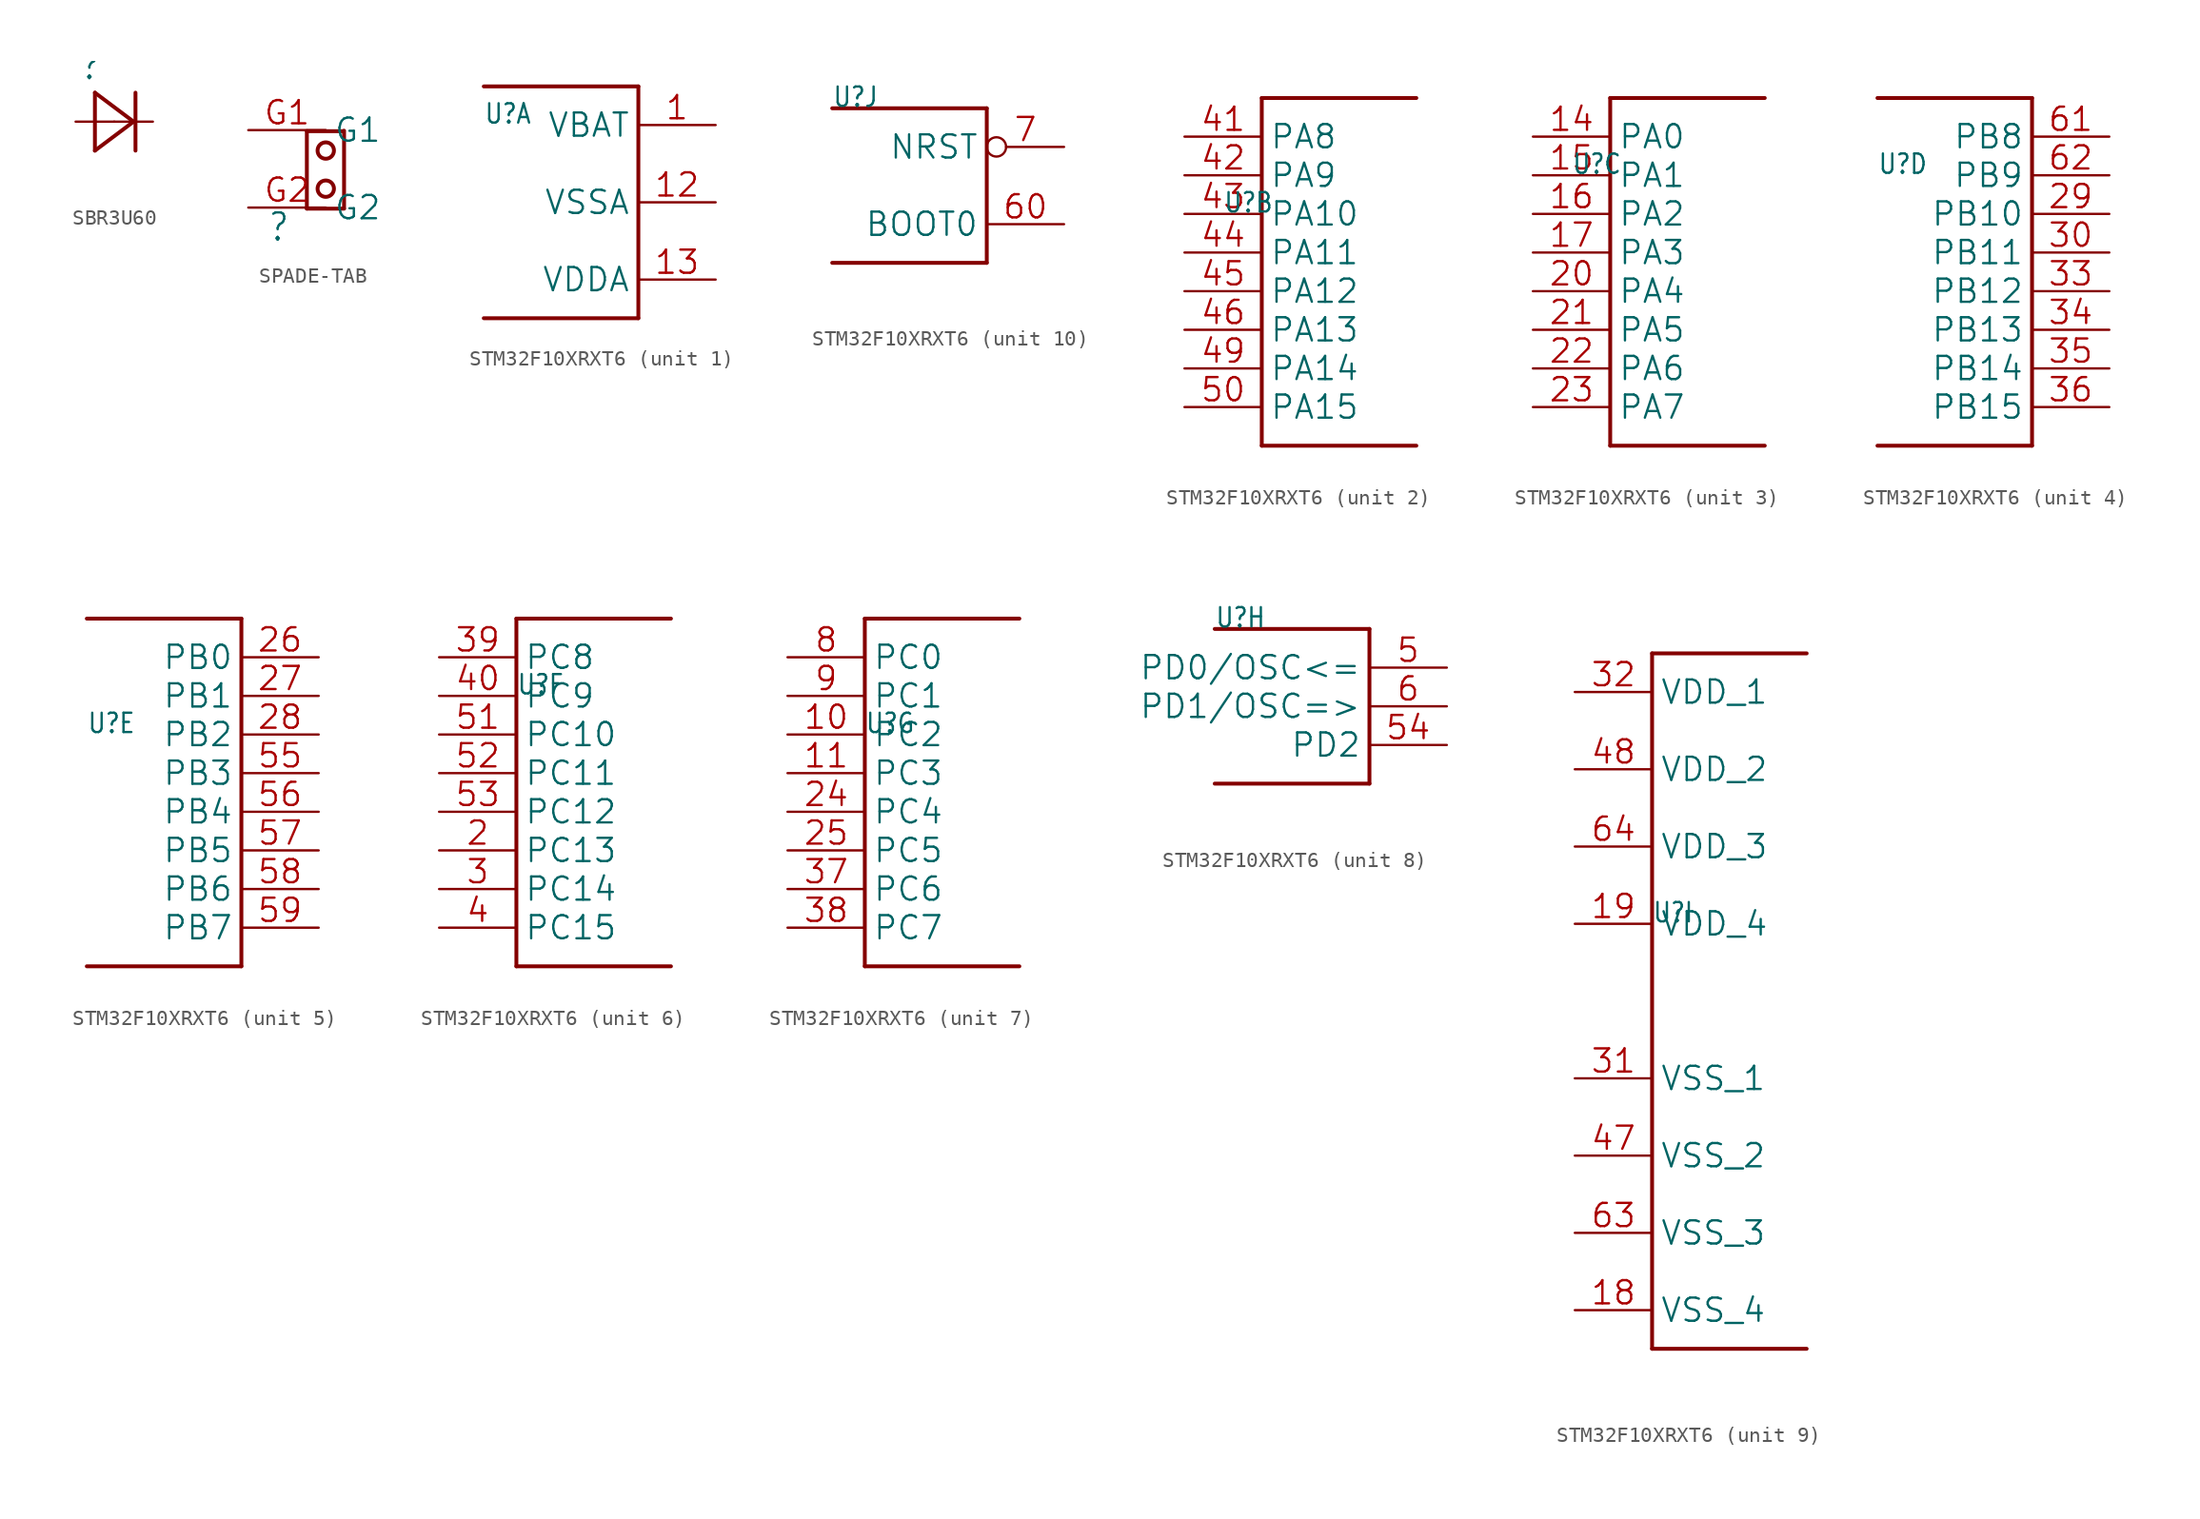
<source format=kicad_sym>
(kicad_symbol_lib
  (version 20241209)
  (generator "kicad_symbol_editor")
  (generator_version "9.0")
  (symbol "SBR3U60"
    (property "Reference" ""
      (at -2.311 2.642 0)
      (effects (font (size 1.778 1.511)) (justify left bottom)))
    (property "Value" ""
      (at -2.565 -4.496 0)
      (effects (font (size 1.778 1.511)) (justify left bottom)))
    (property "ki_locked" ""
      (at 0 0 0)
      (effects (font (size 1.27 1.27))))
    (symbol "SBR3U60_1_0"
      (polyline (pts (xy -1.27 1.905) (xy -1.27 -1.905)) (stroke (width 0.254) (type solid)) (fill (type none)))
      (polyline (pts (xy -1.27 -1.905) (xy 1.27 0)) (stroke (width 0.254) (type solid)) (fill (type none)))
      (polyline (pts (xy 1.27 0) (xy -1.27 1.905)) (stroke (width 0.254) (type solid)) (fill (type none)))
      (polyline (pts (xy 1.397 1.905) (xy 1.397 -1.905)) (stroke (width 0.254) (type solid)) (fill (type none)))
      (pin passive line (at -2.54 0 0) (length 2.54) (name "A" (effects (font (size 0 0)))) (number "A" (effects (font (size 0 0)))))
      (pin passive line (at 2.54 0 180) (length 2.54) (name "C" (effects (font (size 0 0)))) (number "C" (effects (font (size 0 0)))))))
  (symbol "SPADE-TAB"
    (property "Reference" ""
      (at -3.832 -4.862 0)
      (effects (font (size 1.778 1.511)) (justify left bottom)))
    (property "Value" ""
      (at -2.994 5.418 0)
      (effects (font (size 1.778 1.511)) (justify left bottom)))
    (property "ki_locked" ""
      (at 0 0 0)
      (effects (font (size 1.27 1.27))))
    (symbol "SPADE-TAB_1_0"
      (polyline (pts (xy -1.24 2.47) (xy -1.24 -2.61)) (stroke (width 0.254) (type solid)) (fill (type none)))
      (polyline (pts (xy -1.24 -2.61) (xy 1.192 -2.61)) (stroke (width 0.254) (type solid)) (fill (type none)))
      (circle (center 0 1.2) (radius 0.538) (stroke (width 0.254) (type solid)) (fill (type none)))
      (circle (center 0 -1.3) (radius 0.538) (stroke (width 0.254) (type solid)) (fill (type none)))
      (polyline (pts (xy 1.162 2.47) (xy -1.24 2.47)) (stroke (width 0.254) (type solid)) (fill (type none)))
      (polyline (pts (xy 1.2 -2.6) (xy 1.2 2.5)) (stroke (width 0.254) (type solid)) (fill (type none)))
      (pin bidirectional line (at -5.08 2.54 0) (length 5.08) (name "G1" (effects (font (size 1.524 1.524)))) (number "G1" (effects (font (size 1.524 1.524)))))
      (pin bidirectional line (at -5.08 -2.54 0) (length 5.08) (name "G2" (effects (font (size 1.524 1.524)))) (number "G2" (effects (font (size 1.524 1.524)))))))
  (symbol "STM32F10XRXT6"
    (property "Reference" "U"
      (at -5.08 5.08 0)
      (effects (font (size 1.27 1.079)) (justify left bottom)))
    (property "Value" ""
      (at -5.08 -7.62 0)
      (effects (font (size 1.27 1.079)) (justify left bottom)))
    (property "ki_locked" ""
      (at 0 0 0)
      (effects (font (size 1.27 1.27))))
    (symbol "STM32F10XRXT6_1_0"
      (polyline (pts (xy -5.08 7.62) (xy 5.08 7.62)) (stroke (width 0.254) (type solid)) (fill (type none)))
      (polyline (pts (xy 5.08 7.62) (xy 5.08 -7.62)) (stroke (width 0.254) (type solid)) (fill (type none)))
      (polyline (pts (xy 5.08 -7.62) (xy -5.08 -7.62)) (stroke (width 0.254) (type solid)) (fill (type none)))
      (pin power_in line (at 10.16 5.08 180) (length 5.08) (name "VBAT" (effects (font (size 1.524 1.524)))) (number "1" (effects (font (size 1.524 1.524)))))
      (pin power_in line (at 10.16 0 180) (length 5.08) (name "VSSA" (effects (font (size 1.524 1.524)))) (number "12" (effects (font (size 1.524 1.524)))))
      (pin power_in line (at 10.16 -5.08 180) (length 5.08) (name "VDDA" (effects (font (size 1.524 1.524)))) (number "13" (effects (font (size 1.524 1.524))))))
    (symbol "STM32F10XRXT6_2_0"
      (polyline (pts (xy -2.54 12.7) (xy -2.54 -10.16)) (stroke (width 0.254) (type solid)) (fill (type none)))
      (polyline (pts (xy -2.54 -10.16) (xy 7.62 -10.16)) (stroke (width 0.254) (type solid)) (fill (type none)))
      (polyline (pts (xy 7.62 12.7) (xy -2.54 12.7)) (stroke (width 0.254) (type solid)) (fill (type none)))
      (pin bidirectional line (at -7.62 10.16 0) (length 5.08) (name "PA8" (effects (font (size 1.524 1.524)))) (number "41" (effects (font (size 1.524 1.524)))))
      (pin bidirectional line (at -7.62 7.62 0) (length 5.08) (name "PA9" (effects (font (size 1.524 1.524)))) (number "42" (effects (font (size 1.524 1.524)))))
      (pin bidirectional line (at -7.62 5.08 0) (length 5.08) (name "PA10" (effects (font (size 1.524 1.524)))) (number "43" (effects (font (size 1.524 1.524)))))
      (pin bidirectional line (at -7.62 2.54 0) (length 5.08) (name "PA11" (effects (font (size 1.524 1.524)))) (number "44" (effects (font (size 1.524 1.524)))))
      (pin bidirectional line (at -7.62 0 0) (length 5.08) (name "PA12" (effects (font (size 1.524 1.524)))) (number "45" (effects (font (size 1.524 1.524)))))
      (pin bidirectional line (at -7.62 -2.54 0) (length 5.08) (name "PA13" (effects (font (size 1.524 1.524)))) (number "46" (effects (font (size 1.524 1.524)))))
      (pin bidirectional line (at -7.62 -5.08 0) (length 5.08) (name "PA14" (effects (font (size 1.524 1.524)))) (number "49" (effects (font (size 1.524 1.524)))))
      (pin bidirectional line (at -7.62 -7.62 0) (length 5.08) (name "PA15" (effects (font (size 1.524 1.524)))) (number "50" (effects (font (size 1.524 1.524))))))
    (symbol "STM32F10XRXT6_3_0"
      (polyline (pts (xy -2.54 10.16) (xy -2.54 -12.7)) (stroke (width 0.254) (type solid)) (fill (type none)))
      (polyline (pts (xy -2.54 -12.7) (xy 7.62 -12.7)) (stroke (width 0.254) (type solid)) (fill (type none)))
      (polyline (pts (xy 7.62 10.16) (xy -2.54 10.16)) (stroke (width 0.254) (type solid)) (fill (type none)))
      (pin bidirectional line (at -7.62 7.62 0) (length 5.08) (name "PA0" (effects (font (size 1.524 1.524)))) (number "14" (effects (font (size 1.524 1.524)))))
      (pin bidirectional line (at -7.62 5.08 0) (length 5.08) (name "PA1" (effects (font (size 1.524 1.524)))) (number "15" (effects (font (size 1.524 1.524)))))
      (pin bidirectional line (at -7.62 2.54 0) (length 5.08) (name "PA2" (effects (font (size 1.524 1.524)))) (number "16" (effects (font (size 1.524 1.524)))))
      (pin bidirectional line (at -7.62 0 0) (length 5.08) (name "PA3" (effects (font (size 1.524 1.524)))) (number "17" (effects (font (size 1.524 1.524)))))
      (pin bidirectional line (at -7.62 -2.54 0) (length 5.08) (name "PA4" (effects (font (size 1.524 1.524)))) (number "20" (effects (font (size 1.524 1.524)))))
      (pin bidirectional line (at -7.62 -5.08 0) (length 5.08) (name "PA5" (effects (font (size 1.524 1.524)))) (number "21" (effects (font (size 1.524 1.524)))))
      (pin bidirectional line (at -7.62 -7.62 0) (length 5.08) (name "PA6" (effects (font (size 1.524 1.524)))) (number "22" (effects (font (size 1.524 1.524)))))
      (pin bidirectional line (at -7.62 -10.16 0) (length 5.08) (name "PA7" (effects (font (size 1.524 1.524)))) (number "23" (effects (font (size 1.524 1.524))))))
    (symbol "STM32F10XRXT6_4_0"
      (polyline (pts (xy -5.08 10.16) (xy 5.08 10.16)) (stroke (width 0.254) (type solid)) (fill (type none)))
      (polyline (pts (xy 5.08 10.16) (xy 5.08 -12.7)) (stroke (width 0.254) (type solid)) (fill (type none)))
      (polyline (pts (xy 5.08 -12.7) (xy -5.08 -12.7)) (stroke (width 0.254) (type solid)) (fill (type none)))
      (pin bidirectional line (at 10.16 7.62 180) (length 5.08) (name "PB8" (effects (font (size 1.524 1.524)))) (number "61" (effects (font (size 1.524 1.524)))))
      (pin bidirectional line (at 10.16 5.08 180) (length 5.08) (name "PB9" (effects (font (size 1.524 1.524)))) (number "62" (effects (font (size 1.524 1.524)))))
      (pin bidirectional line (at 10.16 2.54 180) (length 5.08) (name "PB10" (effects (font (size 1.524 1.524)))) (number "29" (effects (font (size 1.524 1.524)))))
      (pin bidirectional line (at 10.16 0 180) (length 5.08) (name "PB11" (effects (font (size 1.524 1.524)))) (number "30" (effects (font (size 1.524 1.524)))))
      (pin bidirectional line (at 10.16 -2.54 180) (length 5.08) (name "PB12" (effects (font (size 1.524 1.524)))) (number "33" (effects (font (size 1.524 1.524)))))
      (pin bidirectional line (at 10.16 -5.08 180) (length 5.08) (name "PB13" (effects (font (size 1.524 1.524)))) (number "34" (effects (font (size 1.524 1.524)))))
      (pin bidirectional line (at 10.16 -7.62 180) (length 5.08) (name "PB14" (effects (font (size 1.524 1.524)))) (number "35" (effects (font (size 1.524 1.524)))))
      (pin bidirectional line (at 10.16 -10.16 180) (length 5.08) (name "PB15" (effects (font (size 1.524 1.524)))) (number "36" (effects (font (size 1.524 1.524))))))
    (symbol "STM32F10XRXT6_5_0"
      (polyline (pts (xy -5.08 12.7) (xy 5.08 12.7)) (stroke (width 0.254) (type solid)) (fill (type none)))
      (polyline (pts (xy 5.08 12.7) (xy 5.08 -10.16)) (stroke (width 0.254) (type solid)) (fill (type none)))
      (polyline (pts (xy 5.08 -10.16) (xy -5.08 -10.16)) (stroke (width 0.254) (type solid)) (fill (type none)))
      (pin bidirectional line (at 10.16 10.16 180) (length 5.08) (name "PB0" (effects (font (size 1.524 1.524)))) (number "26" (effects (font (size 1.524 1.524)))))
      (pin bidirectional line (at 10.16 7.62 180) (length 5.08) (name "PB1" (effects (font (size 1.524 1.524)))) (number "27" (effects (font (size 1.524 1.524)))))
      (pin bidirectional line (at 10.16 5.08 180) (length 5.08) (name "PB2" (effects (font (size 1.524 1.524)))) (number "28" (effects (font (size 1.524 1.524)))))
      (pin bidirectional line (at 10.16 2.54 180) (length 5.08) (name "PB3" (effects (font (size 1.524 1.524)))) (number "55" (effects (font (size 1.524 1.524)))))
      (pin bidirectional line (at 10.16 0 180) (length 5.08) (name "PB4" (effects (font (size 1.524 1.524)))) (number "56" (effects (font (size 1.524 1.524)))))
      (pin bidirectional line (at 10.16 -2.54 180) (length 5.08) (name "PB5" (effects (font (size 1.524 1.524)))) (number "57" (effects (font (size 1.524 1.524)))))
      (pin bidirectional line (at 10.16 -5.08 180) (length 5.08) (name "PB6" (effects (font (size 1.524 1.524)))) (number "58" (effects (font (size 1.524 1.524)))))
      (pin bidirectional line (at 10.16 -7.62 180) (length 5.08) (name "PB7" (effects (font (size 1.524 1.524)))) (number "59" (effects (font (size 1.524 1.524))))))
    (symbol "STM32F10XRXT6_6_0"
      (polyline (pts (xy -5.08 10.16) (xy -5.08 -12.7)) (stroke (width 0.254) (type solid)) (fill (type none)))
      (polyline (pts (xy -5.08 -12.7) (xy 5.08 -12.7)) (stroke (width 0.254) (type solid)) (fill (type none)))
      (polyline (pts (xy 5.08 10.16) (xy -5.08 10.16)) (stroke (width 0.254) (type solid)) (fill (type none)))
      (pin bidirectional line (at -10.16 7.62 0) (length 5.08) (name "PC8" (effects (font (size 1.524 1.524)))) (number "39" (effects (font (size 1.524 1.524)))))
      (pin bidirectional line (at -10.16 5.08 0) (length 5.08) (name "PC9" (effects (font (size 1.524 1.524)))) (number "40" (effects (font (size 1.524 1.524)))))
      (pin bidirectional line (at -10.16 2.54 0) (length 5.08) (name "PC10" (effects (font (size 1.524 1.524)))) (number "51" (effects (font (size 1.524 1.524)))))
      (pin bidirectional line (at -10.16 0 0) (length 5.08) (name "PC11" (effects (font (size 1.524 1.524)))) (number "52" (effects (font (size 1.524 1.524)))))
      (pin bidirectional line (at -10.16 -2.54 0) (length 5.08) (name "PC12" (effects (font (size 1.524 1.524)))) (number "53" (effects (font (size 1.524 1.524)))))
      (pin bidirectional line (at -10.16 -5.08 0) (length 5.08) (name "PC13" (effects (font (size 1.524 1.524)))) (number "2" (effects (font (size 1.524 1.524)))))
      (pin bidirectional line (at -10.16 -7.62 0) (length 5.08) (name "PC14" (effects (font (size 1.524 1.524)))) (number "3" (effects (font (size 1.524 1.524)))))
      (pin bidirectional line (at -10.16 -10.16 0) (length 5.08) (name "PC15" (effects (font (size 1.524 1.524)))) (number "4" (effects (font (size 1.524 1.524))))))
    (symbol "STM32F10XRXT6_7_0"
      (polyline (pts (xy -5.08 12.7) (xy -5.08 -10.16)) (stroke (width 0.254) (type solid)) (fill (type none)))
      (polyline (pts (xy -5.08 -10.16) (xy 5.08 -10.16)) (stroke (width 0.254) (type solid)) (fill (type none)))
      (polyline (pts (xy 5.08 12.7) (xy -5.08 12.7)) (stroke (width 0.254) (type solid)) (fill (type none)))
      (pin bidirectional line (at -10.16 10.16 0) (length 5.08) (name "PC0" (effects (font (size 1.524 1.524)))) (number "8" (effects (font (size 1.524 1.524)))))
      (pin bidirectional line (at -10.16 7.62 0) (length 5.08) (name "PC1" (effects (font (size 1.524 1.524)))) (number "9" (effects (font (size 1.524 1.524)))))
      (pin bidirectional line (at -10.16 5.08 0) (length 5.08) (name "PC2" (effects (font (size 1.524 1.524)))) (number "10" (effects (font (size 1.524 1.524)))))
      (pin bidirectional line (at -10.16 2.54 0) (length 5.08) (name "PC3" (effects (font (size 1.524 1.524)))) (number "11" (effects (font (size 1.524 1.524)))))
      (pin bidirectional line (at -10.16 0 0) (length 5.08) (name "PC4" (effects (font (size 1.524 1.524)))) (number "24" (effects (font (size 1.524 1.524)))))
      (pin bidirectional line (at -10.16 -2.54 0) (length 5.08) (name "PC5" (effects (font (size 1.524 1.524)))) (number "25" (effects (font (size 1.524 1.524)))))
      (pin bidirectional line (at -10.16 -5.08 0) (length 5.08) (name "PC6" (effects (font (size 1.524 1.524)))) (number "37" (effects (font (size 1.524 1.524)))))
      (pin bidirectional line (at -10.16 -7.62 0) (length 5.08) (name "PC7" (effects (font (size 1.524 1.524)))) (number "38" (effects (font (size 1.524 1.524))))))
    (symbol "STM32F10XRXT6_8_0"
      (polyline (pts (xy -5.08 5.08) (xy 5.08 5.08)) (stroke (width 0.254) (type solid)) (fill (type none)))
      (polyline (pts (xy 5.08 5.08) (xy 5.08 -5.08)) (stroke (width 0.254) (type solid)) (fill (type none)))
      (polyline (pts (xy 5.08 -5.08) (xy -5.08 -5.08)) (stroke (width 0.254) (type solid)) (fill (type none)))
      (pin bidirectional line (at 10.16 2.54 180) (length 5.08) (name "PD0/OSC<=" (effects (font (size 1.524 1.524)))) (number "5" (effects (font (size 1.524 1.524)))))
      (pin bidirectional line (at 10.16 0 180) (length 5.08) (name "PD1/OSC=>" (effects (font (size 1.524 1.524)))) (number "6" (effects (font (size 1.524 1.524)))))
      (pin bidirectional line (at 10.16 -2.54 180) (length 5.08) (name "PD2" (effects (font (size 1.524 1.524)))) (number "54" (effects (font (size 1.524 1.524))))))
    (symbol "STM32F10XRXT6_9_0"
      (polyline (pts (xy -5.08 22.86) (xy -5.08 -22.86)) (stroke (width 0.254) (type solid)) (fill (type none)))
      (polyline (pts (xy -5.08 -22.86) (xy 5.08 -22.86)) (stroke (width 0.254) (type solid)) (fill (type none)))
      (polyline (pts (xy 5.08 22.86) (xy -5.08 22.86)) (stroke (width 0.254) (type solid)) (fill (type none)))
      (pin power_in line (at -10.16 20.32 0) (length 5.08) (name "VDD_1" (effects (font (size 1.524 1.524)))) (number "32" (effects (font (size 1.524 1.524)))))
      (pin power_in line (at -10.16 15.24 0) (length 5.08) (name "VDD_2" (effects (font (size 1.524 1.524)))) (number "48" (effects (font (size 1.524 1.524)))))
      (pin power_in line (at -10.16 10.16 0) (length 5.08) (name "VDD_3" (effects (font (size 1.524 1.524)))) (number "64" (effects (font (size 1.524 1.524)))))
      (pin power_in line (at -10.16 5.08 0) (length 5.08) (name "VDD_4" (effects (font (size 1.524 1.524)))) (number "19" (effects (font (size 1.524 1.524)))))
      (pin power_in line (at -10.16 -5.08 0) (length 5.08) (name "VSS_1" (effects (font (size 1.524 1.524)))) (number "31" (effects (font (size 1.524 1.524)))))
      (pin power_in line (at -10.16 -10.16 0) (length 5.08) (name "VSS_2" (effects (font (size 1.524 1.524)))) (number "47" (effects (font (size 1.524 1.524)))))
      (pin power_in line (at -10.16 -15.24 0) (length 5.08) (name "VSS_3" (effects (font (size 1.524 1.524)))) (number "63" (effects (font (size 1.524 1.524)))))
      (pin power_in line (at -10.16 -20.32 0) (length 5.08) (name "VSS_4" (effects (font (size 1.524 1.524)))) (number "18" (effects (font (size 1.524 1.524))))))
    (symbol "STM32F10XRXT6_10_0"
      (polyline (pts (xy -5.08 5.08) (xy 5.08 5.08)) (stroke (width 0.254) (type solid)) (fill (type none)))
      (polyline (pts (xy 5.08 5.08) (xy 5.08 -5.08)) (stroke (width 0.254) (type solid)) (fill (type none)))
      (polyline (pts (xy 5.08 -5.08) (xy -5.08 -5.08)) (stroke (width 0.254) (type solid)) (fill (type none)))
      (pin input inverted (at 10.16 2.54 180) (length 5.08) (name "NRST" (effects (font (size 1.524 1.524)))) (number "7" (effects (font (size 1.524 1.524)))))
      (pin input line (at 10.16 -2.54 180) (length 5.08) (name "BOOT0" (effects (font (size 1.524 1.524)))) (number "60" (effects (font (size 1.524 1.524))))))))
</source>
